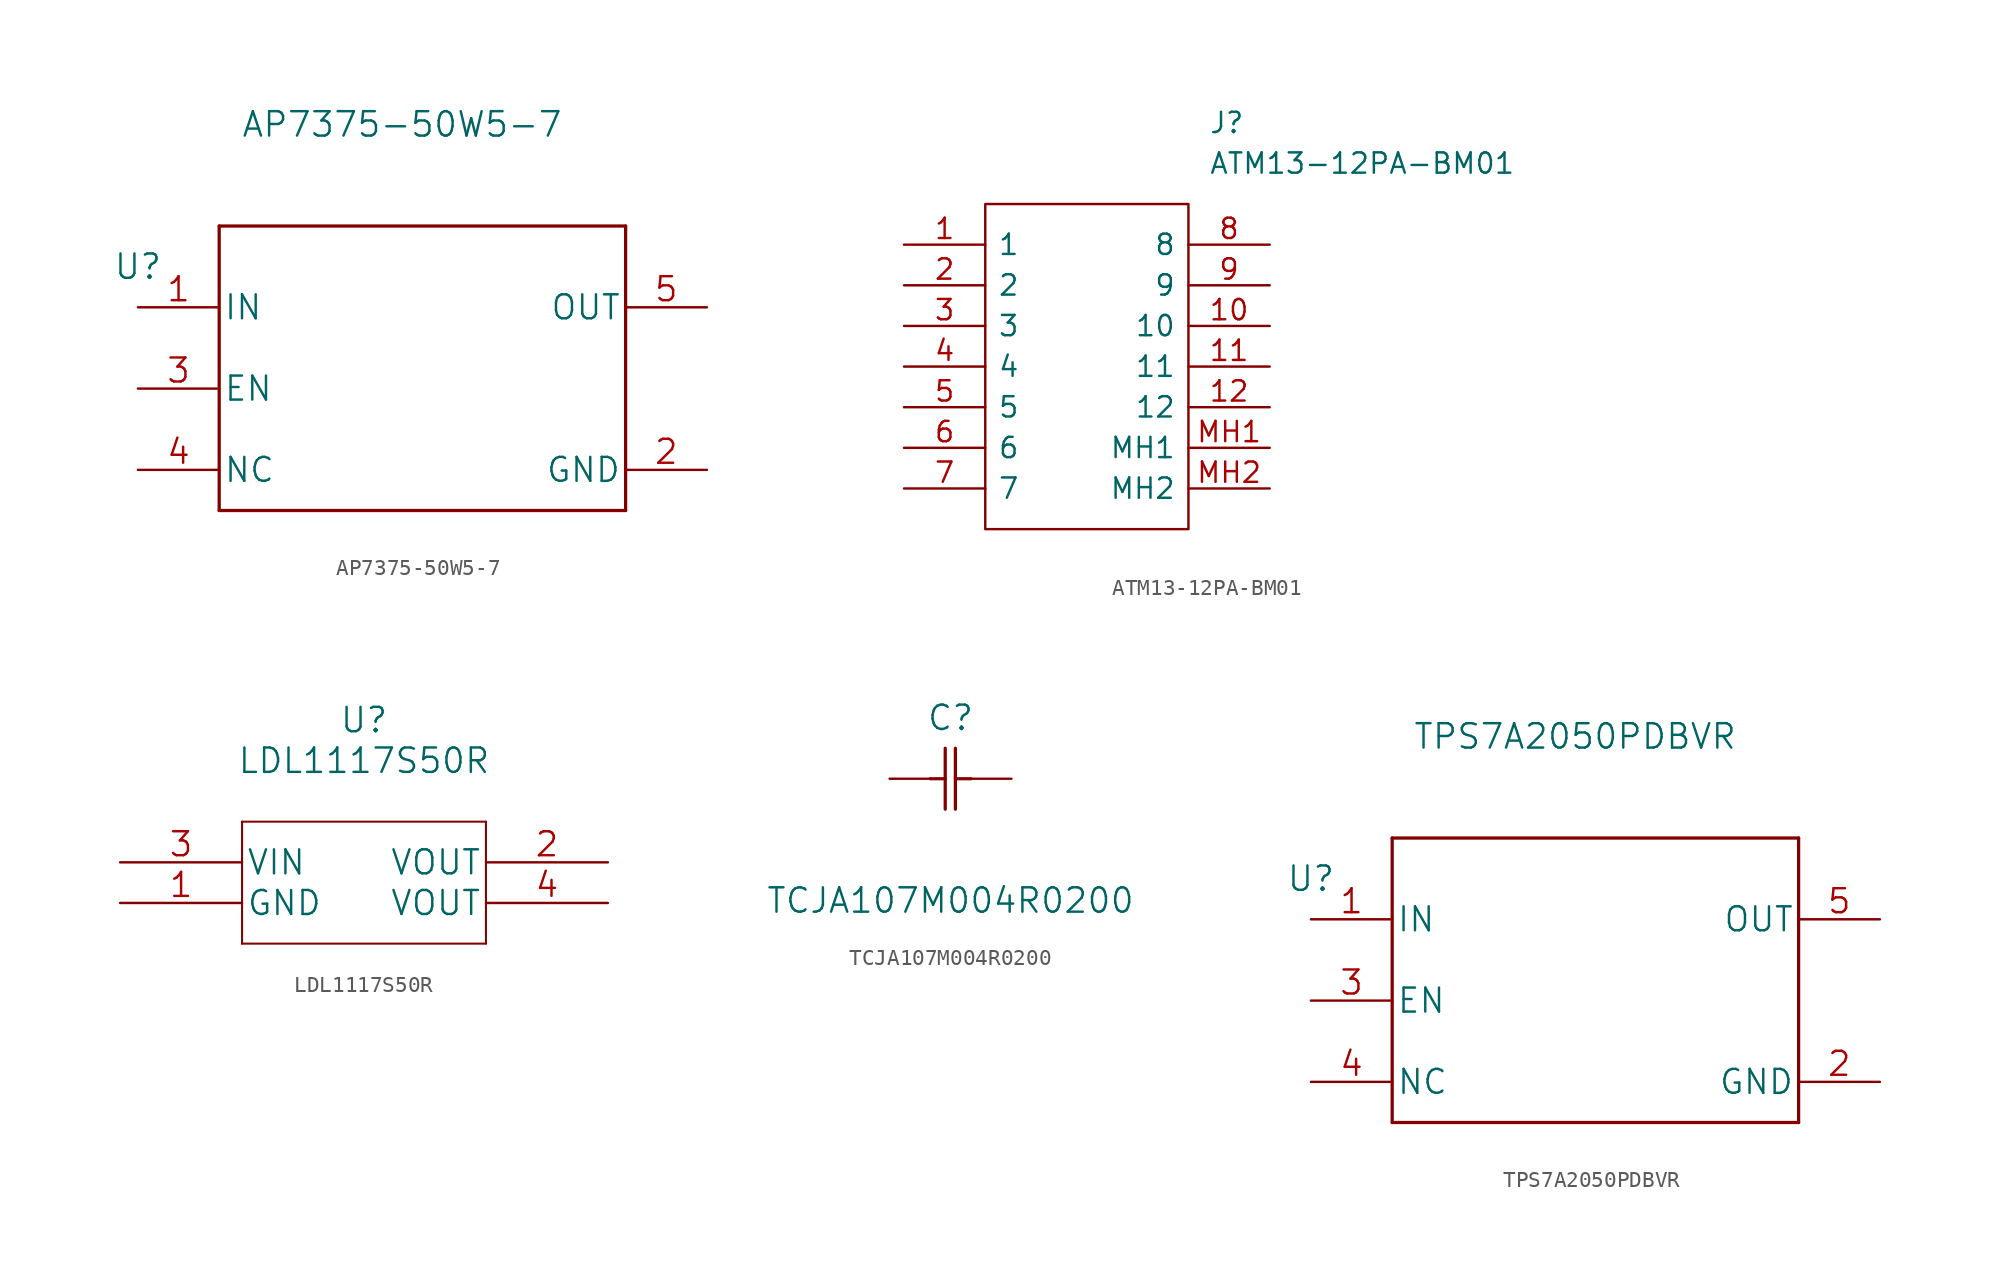
<source format=kicad_sym>
(kicad_symbol_lib
  (version 20211014)
  (generator kicad_symbol_editor)
  (symbol "AP7375-50W5-7"
    (pin_names
      (offset 0.254))
    (property "Reference" "U"
      (at 0 2.54 0)
      (effects (font (size 1.524 1.524))))
    (property "Value" "AP7375-50W5-7"
      (at 16.51 11.43 0)
      (effects (font (size 1.524 1.524))))
    (property "Datasheet" ""
      (at 0 0 0)
      (effects (font (size 1.524 1.524))))
    (property "ki_locked" ""
      (at 0 0 0)
      (effects (font (size 1.27 1.27))))
    (symbol "AP7375-50W5-7_1_1"
      (polyline (pts (xy 5.08 -12.7) (xy 30.48 -12.7)) (stroke (width 0.203) (type default) (color 0 0 0 0)) (fill (type none)))
      (polyline (pts (xy 5.08 5.08) (xy 5.08 -12.7)) (stroke (width 0.203) (type default) (color 0 0 0 0)) (fill (type none)))
      (polyline (pts (xy 30.48 -12.7) (xy 30.48 5.08)) (stroke (width 0.203) (type default) (color 0 0 0 0)) (fill (type none)))
      (polyline (pts (xy 30.48 5.08) (xy 5.08 5.08)) (stroke (width 0.203) (type default) (color 0 0 0 0)) (fill (type none)))
      (pin power_in line (at 0 0 0) (length 5.08) (name "IN" (effects (font (size 1.499 1.499)))) (number "1" (effects (font (size 1.499 1.499)))))
      (pin power_in line (at 35.56 -10.16 180) (length 5.08) (name "GND" (effects (font (size 1.499 1.499)))) (number "2" (effects (font (size 1.499 1.499)))))
      (pin input line (at 0 -5.08 0) (length 5.08) (name "EN" (effects (font (size 1.499 1.499)))) (number "3" (effects (font (size 1.499 1.499)))))
      (pin unspecified line (at 0 -10.16 0) (length 5.08) (name "NC" (effects (font (size 1.499 1.499)))) (number "4" (effects (font (size 1.499 1.499)))))
      (pin unspecified line (at 35.56 0 180) (length 5.08) (name "OUT" (effects (font (size 1.499 1.499)))) (number "5" (effects (font (size 1.499 1.499)))))))
  (symbol "ATM13-12PA-BM01"
    (pin_names
      (offset 0.762))
    (property "Reference" "J"
      (at 19.05 7.62 0)
      (effects (font (size 1.27 1.27)) (justify left)))
    (property "Value" "ATM13-12PA-BM01"
      (at 19.05 5.08 0)
      (effects (font (size 1.27 1.27)) (justify left)))
    (symbol "ATM13-12PA-BM01_0_0"
      (pin passive line (at 0 0 0) (length 5.08) (name "1" (effects (font (size 1.27 1.27)))) (number "1" (effects (font (size 1.27 1.27)))))
      (pin passive line (at 22.86 -5.08 180) (length 5.08) (name "10" (effects (font (size 1.27 1.27)))) (number "10" (effects (font (size 1.27 1.27)))))
      (pin passive line (at 22.86 -7.62 180) (length 5.08) (name "11" (effects (font (size 1.27 1.27)))) (number "11" (effects (font (size 1.27 1.27)))))
      (pin passive line (at 22.86 -10.16 180) (length 5.08) (name "12" (effects (font (size 1.27 1.27)))) (number "12" (effects (font (size 1.27 1.27)))))
      (pin passive line (at 0 -2.54 0) (length 5.08) (name "2" (effects (font (size 1.27 1.27)))) (number "2" (effects (font (size 1.27 1.27)))))
      (pin passive line (at 0 -5.08 0) (length 5.08) (name "3" (effects (font (size 1.27 1.27)))) (number "3" (effects (font (size 1.27 1.27)))))
      (pin passive line (at 0 -7.62 0) (length 5.08) (name "4" (effects (font (size 1.27 1.27)))) (number "4" (effects (font (size 1.27 1.27)))))
      (pin passive line (at 0 -10.16 0) (length 5.08) (name "5" (effects (font (size 1.27 1.27)))) (number "5" (effects (font (size 1.27 1.27)))))
      (pin passive line (at 0 -12.7 0) (length 5.08) (name "6" (effects (font (size 1.27 1.27)))) (number "6" (effects (font (size 1.27 1.27)))))
      (pin passive line (at 0 -15.24 0) (length 5.08) (name "7" (effects (font (size 1.27 1.27)))) (number "7" (effects (font (size 1.27 1.27)))))
      (pin passive line (at 22.86 0 180) (length 5.08) (name "8" (effects (font (size 1.27 1.27)))) (number "8" (effects (font (size 1.27 1.27)))))
      (pin passive line (at 22.86 -2.54 180) (length 5.08) (name "9" (effects (font (size 1.27 1.27)))) (number "9" (effects (font (size 1.27 1.27)))))
      (pin passive line (at 22.86 -12.7 180) (length 5.08) (name "MH1" (effects (font (size 1.27 1.27)))) (number "MH1" (effects (font (size 1.27 1.27)))))
      (pin passive line (at 22.86 -15.24 180) (length 5.08) (name "MH2" (effects (font (size 1.27 1.27)))) (number "MH2" (effects (font (size 1.27 1.27))))))
    (symbol "ATM13-12PA-BM01_0_1"
      (polyline (pts (xy 5.08 2.54) (xy 17.78 2.54) (xy 17.78 -17.78) (xy 5.08 -17.78) (xy 5.08 2.54)) (stroke (width 0.152) (type default) (color 0 0 0 0)) (fill (type none)))))
  (symbol "LDL1117S50R"
    (pin_names
      (offset 0.254))
    (property "Reference" "U"
      (at 15.24 8.89 0)
      (effects (font (size 1.524 1.524))))
    (property "Value" "LDL1117S50R"
      (at 15.24 6.35 0)
      (effects (font (size 1.524 1.524))))
    (property "Datasheet" ""
      (at 1.27 0 0)
      (effects (font (size 1.524 1.524))))
    (property "ki_locked" ""
      (at 0 0 0)
      (effects (font (size 1.27 1.27))))
    (symbol "LDL1117S50R_1_1"
      (polyline (pts (xy 7.62 -5.08) (xy 22.86 -5.08)) (stroke (width 0.127) (type default) (color 0 0 0 0)) (fill (type none)))
      (polyline (pts (xy 7.62 2.54) (xy 7.62 -5.08)) (stroke (width 0.127) (type default) (color 0 0 0 0)) (fill (type none)))
      (polyline (pts (xy 22.86 -5.08) (xy 22.86 2.54)) (stroke (width 0.127) (type default) (color 0 0 0 0)) (fill (type none)))
      (polyline (pts (xy 22.86 2.54) (xy 7.62 2.54)) (stroke (width 0.127) (type default) (color 0 0 0 0)) (fill (type none)))
      (pin power_in line (at 0 -2.54 0) (length 7.62) (name "GND" (effects (font (size 1.499 1.499)))) (number "1" (effects (font (size 1.499 1.499)))))
      (pin output line (at 30.48 0 180) (length 7.62) (name "VOUT" (effects (font (size 1.499 1.499)))) (number "2" (effects (font (size 1.499 1.499)))))
      (pin power_in line (at 0 0 0) (length 7.62) (name "VIN" (effects (font (size 1.499 1.499)))) (number "3" (effects (font (size 1.499 1.499)))))
      (pin output line (at 30.48 -2.54 180) (length 7.62) (name "VOUT" (effects (font (size 1.499 1.499)))) (number "4" (effects (font (size 1.499 1.499)))))))
  (symbol "TCJA107M004R0200"
    (pin_numbers hide)
    (pin_names
      (offset 1.651) hide)
    (property "Reference" "C"
      (at 3.81 3.81 0)
      (effects (font (size 1.524 1.524))))
    (property "Value" "TCJA107M004R0200"
      (at 3.81 -7.62 0)
      (effects (font (size 1.524 1.524))))
    (property "Datasheet" ""
      (at 0 0 0)
      (effects (font (size 1.524 1.524))))
    (property "ki_locked" ""
      (at 0 0 0)
      (effects (font (size 1.27 1.27))))
    (symbol "TCJA107M004R0200_1_1"
      (polyline (pts (xy 2.54 0) (xy 3.48 0)) (stroke (width 0.203) (type default) (color 0 0 0 0)) (fill (type none)))
      (polyline (pts (xy 3.48 -1.905) (xy 3.48 1.905)) (stroke (width 0.203) (type default) (color 0 0 0 0)) (fill (type none)))
      (polyline (pts (xy 4.115 -1.905) (xy 4.115 1.905)) (stroke (width 0.203) (type default) (color 0 0 0 0)) (fill (type none)))
      (polyline (pts (xy 4.115 0) (xy 5.08 0)) (stroke (width 0.203) (type default) (color 0 0 0 0)) (fill (type none)))
      (pin unspecified line (at 0 0 0) (length 2.54) (name "~" (effects (font (size 1.499 1.499)))) (number "1" (effects (font (size 1.499 1.499)))))
      (pin unspecified line (at 7.62 0 180) (length 2.54) (name "~" (effects (font (size 1.499 1.499)))) (number "2" (effects (font (size 1.499 1.499)))))))
  (symbol "TPS7A2050PDBVR"
    (pin_names
      (offset 0.254))
    (property "Reference" "U"
      (at 0 2.54 0)
      (effects (font (size 1.524 1.524))))
    (property "Value" "TPS7A2050PDBVR"
      (at 16.51 11.43 0)
      (effects (font (size 1.524 1.524))))
    (property "Datasheet" ""
      (at 0 0 0)
      (effects (font (size 1.524 1.524))))
    (property "ki_locked" ""
      (at 0 0 0)
      (effects (font (size 1.27 1.27))))
    (symbol "TPS7A2050PDBVR_1_1"
      (polyline (pts (xy 5.08 -12.7) (xy 30.48 -12.7)) (stroke (width 0.203) (type default) (color 0 0 0 0)) (fill (type none)))
      (polyline (pts (xy 5.08 5.08) (xy 5.08 -12.7)) (stroke (width 0.203) (type default) (color 0 0 0 0)) (fill (type none)))
      (polyline (pts (xy 30.48 -12.7) (xy 30.48 5.08)) (stroke (width 0.203) (type default) (color 0 0 0 0)) (fill (type none)))
      (polyline (pts (xy 30.48 5.08) (xy 5.08 5.08)) (stroke (width 0.203) (type default) (color 0 0 0 0)) (fill (type none)))
      (pin power_in line (at 0 0 0) (length 5.08) (name "IN" (effects (font (size 1.499 1.499)))) (number "1" (effects (font (size 1.499 1.499)))))
      (pin power_in line (at 35.56 -10.16 180) (length 5.08) (name "GND" (effects (font (size 1.499 1.499)))) (number "2" (effects (font (size 1.499 1.499)))))
      (pin input line (at 0 -5.08 0) (length 5.08) (name "EN" (effects (font (size 1.499 1.499)))) (number "3" (effects (font (size 1.499 1.499)))))
      (pin unspecified line (at 0 -10.16 0) (length 5.08) (name "NC" (effects (font (size 1.499 1.499)))) (number "4" (effects (font (size 1.499 1.499)))))
      (pin unspecified line (at 35.56 0 180) (length 5.08) (name "OUT" (effects (font (size 1.499 1.499)))) (number "5" (effects (font (size 1.499 1.499))))))))
</source>
